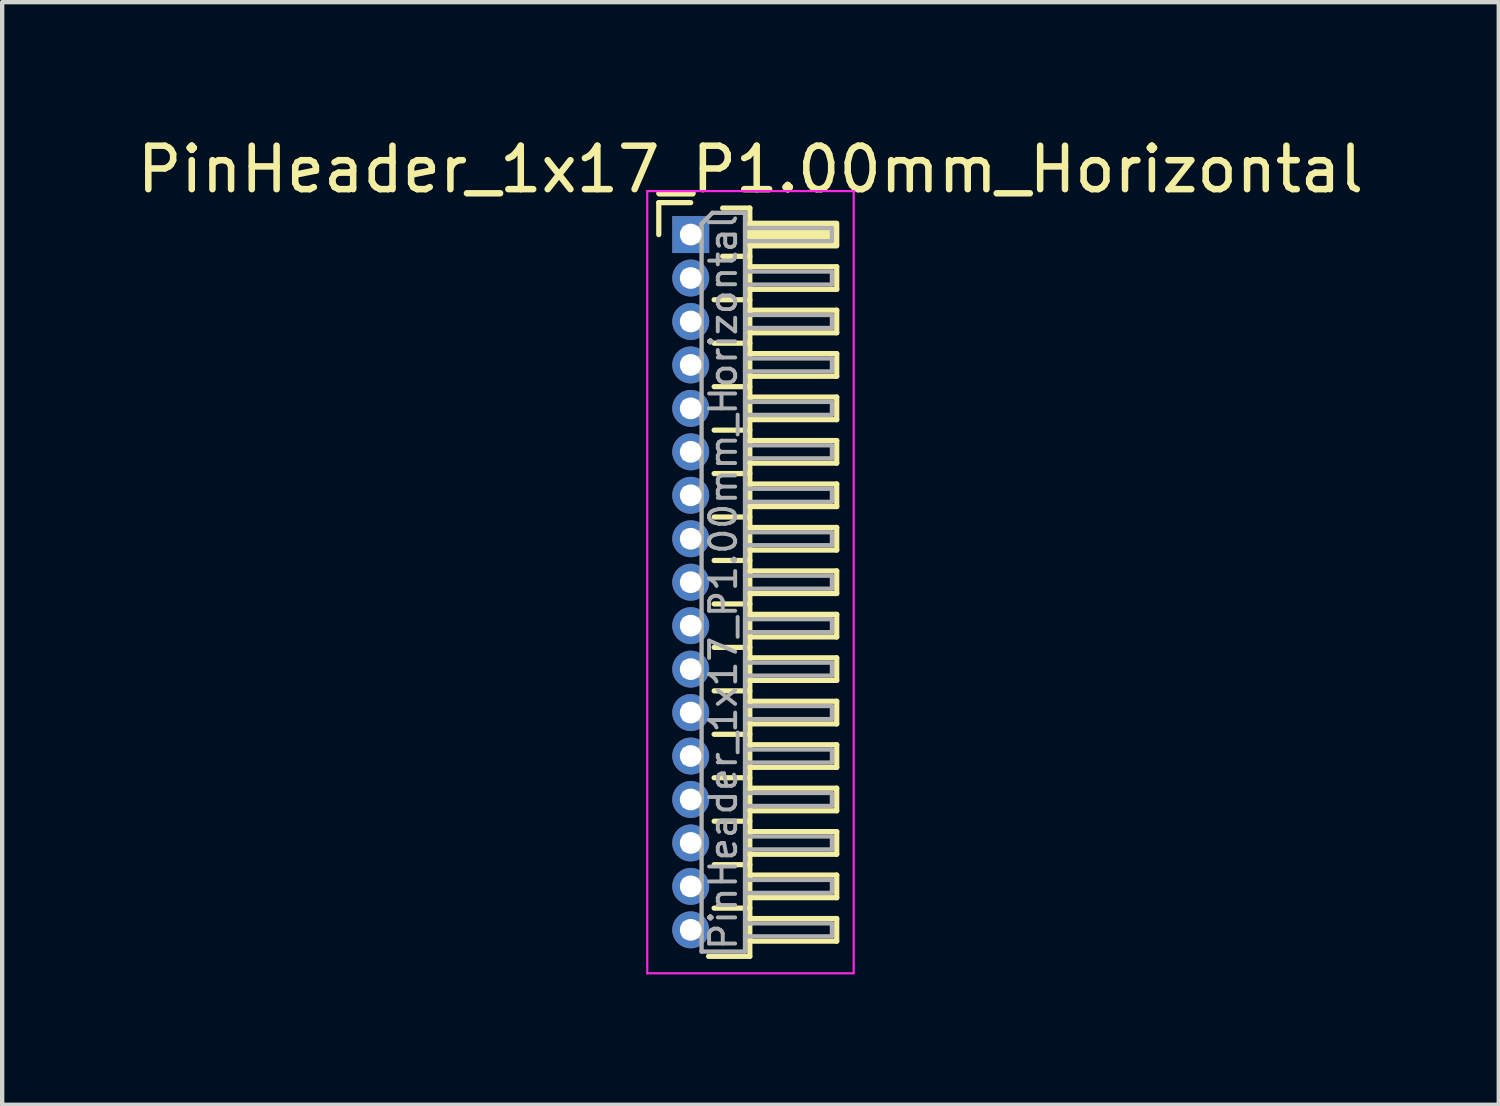
<source format=kicad_pcb>
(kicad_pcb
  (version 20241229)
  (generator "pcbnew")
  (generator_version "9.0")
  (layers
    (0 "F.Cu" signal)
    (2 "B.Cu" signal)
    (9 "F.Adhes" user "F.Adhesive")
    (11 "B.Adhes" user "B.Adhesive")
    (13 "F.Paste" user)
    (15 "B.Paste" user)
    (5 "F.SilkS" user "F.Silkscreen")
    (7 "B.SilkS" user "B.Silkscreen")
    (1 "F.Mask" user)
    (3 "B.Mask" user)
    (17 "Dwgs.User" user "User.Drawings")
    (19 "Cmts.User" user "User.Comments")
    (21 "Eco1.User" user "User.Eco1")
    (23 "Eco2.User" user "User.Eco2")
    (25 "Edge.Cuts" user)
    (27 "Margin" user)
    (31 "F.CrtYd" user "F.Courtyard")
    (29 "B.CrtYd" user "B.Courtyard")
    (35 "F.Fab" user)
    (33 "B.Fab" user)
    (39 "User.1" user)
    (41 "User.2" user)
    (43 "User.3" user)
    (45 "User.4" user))
  (footprint "PinHeader_1x17_P1.00mm_Horizontal"
    (layer "F.Cu")
    (at 12.845 2.348)
    (property "Reference" "PinHeader_1x17_P1.00mm_Horizontal" (at 1.375 -1.5 0) (layer "F.SilkS") (effects (font (size 1 1) (thickness 0.15))))
    (attr through_hole)
    (fp_line (start -0.735 -0.735) (end 0 -0.735) (stroke (width 0.12) (type solid)) (layer "F.SilkS"))
    (fp_line (start -0.735 0) (end -0.735 -0.735) (stroke (width 0.12) (type solid)) (layer "F.SilkS"))
    (fp_line (start 0.539 1.5) (end 1.36 1.5) (stroke (width 0.12) (type solid)) (layer "F.SilkS"))
    (fp_line (start 0.539 2.5) (end 1.36 2.5) (stroke (width 0.12) (type solid)) (layer "F.SilkS"))
    (fp_line (start 0.539 3.5) (end 1.36 3.5) (stroke (width 0.12) (type solid)) (layer "F.SilkS"))
    (fp_line (start 0.539 4.5) (end 1.36 4.5) (stroke (width 0.12) (type solid)) (layer "F.SilkS"))
    (fp_line (start 0.539 5.5) (end 1.36 5.5) (stroke (width 0.12) (type solid)) (layer "F.SilkS"))
    (fp_line (start 0.539 6.5) (end 1.36 6.5) (stroke (width 0.12) (type solid)) (layer "F.SilkS"))
    (fp_line (start 0.539 7.5) (end 1.36 7.5) (stroke (width 0.12) (type solid)) (layer "F.SilkS"))
    (fp_line (start 0.539 8.5) (end 1.36 8.5) (stroke (width 0.12) (type solid)) (layer "F.SilkS"))
    (fp_line (start 0.539 9.5) (end 1.36 9.5) (stroke (width 0.12) (type solid)) (layer "F.SilkS"))
    (fp_line (start 0.539 10.5) (end 1.36 10.5) (stroke (width 0.12) (type solid)) (layer "F.SilkS"))
    (fp_line (start 0.539 11.5) (end 1.36 11.5) (stroke (width 0.12) (type solid)) (layer "F.SilkS"))
    (fp_line (start 0.539 12.5) (end 1.36 12.5) (stroke (width 0.12) (type solid)) (layer "F.SilkS"))
    (fp_line (start 0.539 13.5) (end 1.36 13.5) (stroke (width 0.12) (type solid)) (layer "F.SilkS"))
    (fp_line (start 0.539 14.5) (end 1.36 14.5) (stroke (width 0.12) (type solid)) (layer "F.SilkS"))
    (fp_line (start 0.539 15.5) (end 1.36 15.5) (stroke (width 0.12) (type solid)) (layer "F.SilkS"))
    (fp_line (start 0.735 -0.61) (end 1.36 -0.61) (stroke (width 0.12) (type solid)) (layer "F.SilkS"))
    (fp_line (start 0.735 0.5) (end 1.36 0.5) (stroke (width 0.12) (type solid)) (layer "F.SilkS"))
    (fp_line (start 1.36 -0.61) (end 1.36 16.61) (stroke (width 0.12) (type solid)) (layer "F.SilkS"))
    (fp_line (start 1.36 0.74) (end 3.36 0.74) (stroke (width 0.12) (type solid)) (layer "F.SilkS"))
    (fp_line (start 1.36 1.74) (end 3.36 1.74) (stroke (width 0.12) (type solid)) (layer "F.SilkS"))
    (fp_line (start 1.36 2.74) (end 3.36 2.74) (stroke (width 0.12) (type solid)) (layer "F.SilkS"))
    (fp_line (start 1.36 3.74) (end 3.36 3.74) (stroke (width 0.12) (type solid)) (layer "F.SilkS"))
    (fp_line (start 1.36 4.74) (end 3.36 4.74) (stroke (width 0.12) (type solid)) (layer "F.SilkS"))
    (fp_line (start 1.36 5.74) (end 3.36 5.74) (stroke (width 0.12) (type solid)) (layer "F.SilkS"))
    (fp_line (start 1.36 6.74) (end 3.36 6.74) (stroke (width 0.12) (type solid)) (layer "F.SilkS"))
    (fp_line (start 1.36 7.74) (end 3.36 7.74) (stroke (width 0.12) (type solid)) (layer "F.SilkS"))
    (fp_line (start 1.36 8.74) (end 3.36 8.74) (stroke (width 0.12) (type solid)) (layer "F.SilkS"))
    (fp_line (start 1.36 9.74) (end 3.36 9.74) (stroke (width 0.12) (type solid)) (layer "F.SilkS"))
    (fp_line (start 1.36 10.74) (end 3.36 10.74) (stroke (width 0.12) (type solid)) (layer "F.SilkS"))
    (fp_line (start 1.36 11.74) (end 3.36 11.74) (stroke (width 0.12) (type solid)) (layer "F.SilkS"))
    (fp_line (start 1.36 12.74) (end 3.36 12.74) (stroke (width 0.12) (type solid)) (layer "F.SilkS"))
    (fp_line (start 1.36 13.74) (end 3.36 13.74) (stroke (width 0.12) (type solid)) (layer "F.SilkS"))
    (fp_line (start 1.36 14.74) (end 3.36 14.74) (stroke (width 0.12) (type solid)) (layer "F.SilkS"))
    (fp_line (start 1.36 15.74) (end 3.36 15.74) (stroke (width 0.12) (type solid)) (layer "F.SilkS"))
    (fp_line (start 1.36 16.61) (end 0.41 16.61) (stroke (width 0.12) (type solid)) (layer "F.SilkS"))
    (fp_line (start 3.36 0.74) (end 3.36 1.26) (stroke (width 0.12) (type solid)) (layer "F.SilkS"))
    (fp_line (start 3.36 1.26) (end 1.36 1.26) (stroke (width 0.12) (type solid)) (layer "F.SilkS"))
    (fp_line (start 3.36 1.74) (end 3.36 2.26) (stroke (width 0.12) (type solid)) (layer "F.SilkS"))
    (fp_line (start 3.36 2.26) (end 1.36 2.26) (stroke (width 0.12) (type solid)) (layer "F.SilkS"))
    (fp_line (start 3.36 2.74) (end 3.36 3.26) (stroke (width 0.12) (type solid)) (layer "F.SilkS"))
    (fp_line (start 3.36 3.26) (end 1.36 3.26) (stroke (width 0.12) (type solid)) (layer "F.SilkS"))
    (fp_line (start 3.36 3.74) (end 3.36 4.26) (stroke (width 0.12) (type solid)) (layer "F.SilkS"))
    (fp_line (start 3.36 4.26) (end 1.36 4.26) (stroke (width 0.12) (type solid)) (layer "F.SilkS"))
    (fp_line (start 3.36 4.74) (end 3.36 5.26) (stroke (width 0.12) (type solid)) (layer "F.SilkS"))
    (fp_line (start 3.36 5.26) (end 1.36 5.26) (stroke (width 0.12) (type solid)) (layer "F.SilkS"))
    (fp_line (start 3.36 5.74) (end 3.36 6.26) (stroke (width 0.12) (type solid)) (layer "F.SilkS"))
    (fp_line (start 3.36 6.26) (end 1.36 6.26) (stroke (width 0.12) (type solid)) (layer "F.SilkS"))
    (fp_line (start 3.36 6.74) (end 3.36 7.26) (stroke (width 0.12) (type solid)) (layer "F.SilkS"))
    (fp_line (start 3.36 7.26) (end 1.36 7.26) (stroke (width 0.12) (type solid)) (layer "F.SilkS"))
    (fp_line (start 3.36 7.74) (end 3.36 8.26) (stroke (width 0.12) (type solid)) (layer "F.SilkS"))
    (fp_line (start 3.36 8.26) (end 1.36 8.26) (stroke (width 0.12) (type solid)) (layer "F.SilkS"))
    (fp_line (start 3.36 8.74) (end 3.36 9.26) (stroke (width 0.12) (type solid)) (layer "F.SilkS"))
    (fp_line (start 3.36 9.26) (end 1.36 9.26) (stroke (width 0.12) (type solid)) (layer "F.SilkS"))
    (fp_line (start 3.36 9.74) (end 3.36 10.26) (stroke (width 0.12) (type solid)) (layer "F.SilkS"))
    (fp_line (start 3.36 10.26) (end 1.36 10.26) (stroke (width 0.12) (type solid)) (layer "F.SilkS"))
    (fp_line (start 3.36 10.74) (end 3.36 11.26) (stroke (width 0.12) (type solid)) (layer "F.SilkS"))
    (fp_line (start 3.36 11.26) (end 1.36 11.26) (stroke (width 0.12) (type solid)) (layer "F.SilkS"))
    (fp_line (start 3.36 11.74) (end 3.36 12.26) (stroke (width 0.12) (type solid)) (layer "F.SilkS"))
    (fp_line (start 3.36 12.26) (end 1.36 12.26) (stroke (width 0.12) (type solid)) (layer "F.SilkS"))
    (fp_line (start 3.36 12.74) (end 3.36 13.26) (stroke (width 0.12) (type solid)) (layer "F.SilkS"))
    (fp_line (start 3.36 13.26) (end 1.36 13.26) (stroke (width 0.12) (type solid)) (layer "F.SilkS"))
    (fp_line (start 3.36 13.74) (end 3.36 14.26) (stroke (width 0.12) (type solid)) (layer "F.SilkS"))
    (fp_line (start 3.36 14.26) (end 1.36 14.26) (stroke (width 0.12) (type solid)) (layer "F.SilkS"))
    (fp_line (start 3.36 14.74) (end 3.36 15.26) (stroke (width 0.12) (type solid)) (layer "F.SilkS"))
    (fp_line (start 3.36 15.26) (end 1.36 15.26) (stroke (width 0.12) (type solid)) (layer "F.SilkS"))
    (fp_line (start 3.36 15.74) (end 3.36 16.26) (stroke (width 0.12) (type solid)) (layer "F.SilkS"))
    (fp_line (start 3.36 16.26) (end 1.36 16.26) (stroke (width 0.12) (type solid)) (layer "F.SilkS"))
    (fp_rect (start 1.36 -0.26) (end 3.36 0.26) (stroke (width 0.12) (type solid)) (fill yes) (layer "F.SilkS"))
    (fp_line (start -1 -1) (end -1 17) (stroke (width 0.05) (type solid)) (layer "F.CrtYd"))
    (fp_line (start -1 17) (end 3.75 17) (stroke (width 0.05) (type solid)) (layer "F.CrtYd"))
    (fp_line (start 3.75 -1) (end -1 -1) (stroke (width 0.05) (type solid)) (layer "F.CrtYd"))
    (fp_line (start 3.75 17) (end 3.75 -1) (stroke (width 0.05) (type solid)) (layer "F.CrtYd"))
    (fp_line (start -0.15 -0.15) (end -0.15 0.15) (stroke (width 0.1) (type solid)) (layer "F.Fab"))
    (fp_line (start -0.15 -0.15) (end 0.25 -0.15) (stroke (width 0.1) (type solid)) (layer "F.Fab"))
    (fp_line (start -0.15 0.15) (end 0.25 0.15) (stroke (width 0.1) (type solid)) (layer "F.Fab"))
    (fp_line (start -0.15 0.85) (end -0.15 1.15) (stroke (width 0.1) (type solid)) (layer "F.Fab"))
    (fp_line (start -0.15 0.85) (end 0.25 0.85) (stroke (width 0.1) (type solid)) (layer "F.Fab"))
    (fp_line (start -0.15 1.15) (end 0.25 1.15) (stroke (width 0.1) (type solid)) (layer "F.Fab"))
    (fp_line (start -0.15 1.85) (end -0.15 2.15) (stroke (width 0.1) (type solid)) (layer "F.Fab"))
    (fp_line (start -0.15 1.85) (end 0.25 1.85) (stroke (width 0.1) (type solid)) (layer "F.Fab"))
    (fp_line (start -0.15 2.15) (end 0.25 2.15) (stroke (width 0.1) (type solid)) (layer "F.Fab"))
    (fp_line (start -0.15 2.85) (end -0.15 3.15) (stroke (width 0.1) (type solid)) (layer "F.Fab"))
    (fp_line (start -0.15 2.85) (end 0.25 2.85) (stroke (width 0.1) (type solid)) (layer "F.Fab"))
    (fp_line (start -0.15 3.15) (end 0.25 3.15) (stroke (width 0.1) (type solid)) (layer "F.Fab"))
    (fp_line (start -0.15 3.85) (end -0.15 4.15) (stroke (width 0.1) (type solid)) (layer "F.Fab"))
    (fp_line (start -0.15 3.85) (end 0.25 3.85) (stroke (width 0.1) (type solid)) (layer "F.Fab"))
    (fp_line (start -0.15 4.15) (end 0.25 4.15) (stroke (width 0.1) (type solid)) (layer "F.Fab"))
    (fp_line (start -0.15 4.85) (end -0.15 5.15) (stroke (width 0.1) (type solid)) (layer "F.Fab"))
    (fp_line (start -0.15 4.85) (end 0.25 4.85) (stroke (width 0.1) (type solid)) (layer "F.Fab"))
    (fp_line (start -0.15 5.15) (end 0.25 5.15) (stroke (width 0.1) (type solid)) (layer "F.Fab"))
    (fp_line (start -0.15 5.85) (end -0.15 6.15) (stroke (width 0.1) (type solid)) (layer "F.Fab"))
    (fp_line (start -0.15 5.85) (end 0.25 5.85) (stroke (width 0.1) (type solid)) (layer "F.Fab"))
    (fp_line (start -0.15 6.15) (end 0.25 6.15) (stroke (width 0.1) (type solid)) (layer "F.Fab"))
    (fp_line (start -0.15 6.85) (end -0.15 7.15) (stroke (width 0.1) (type solid)) (layer "F.Fab"))
    (fp_line (start -0.15 6.85) (end 0.25 6.85) (stroke (width 0.1) (type solid)) (layer "F.Fab"))
    (fp_line (start -0.15 7.15) (end 0.25 7.15) (stroke (width 0.1) (type solid)) (layer "F.Fab"))
    (fp_line (start -0.15 7.85) (end -0.15 8.15) (stroke (width 0.1) (type solid)) (layer "F.Fab"))
    (fp_line (start -0.15 7.85) (end 0.25 7.85) (stroke (width 0.1) (type solid)) (layer "F.Fab"))
    (fp_line (start -0.15 8.15) (end 0.25 8.15) (stroke (width 0.1) (type solid)) (layer "F.Fab"))
    (fp_line (start -0.15 8.85) (end -0.15 9.15) (stroke (width 0.1) (type solid)) (layer "F.Fab"))
    (fp_line (start -0.15 8.85) (end 0.25 8.85) (stroke (width 0.1) (type solid)) (layer "F.Fab"))
    (fp_line (start -0.15 9.15) (end 0.25 9.15) (stroke (width 0.1) (type solid)) (layer "F.Fab"))
    (fp_line (start -0.15 9.85) (end -0.15 10.15) (stroke (width 0.1) (type solid)) (layer "F.Fab"))
    (fp_line (start -0.15 9.85) (end 0.25 9.85) (stroke (width 0.1) (type solid)) (layer "F.Fab"))
    (fp_line (start -0.15 10.15) (end 0.25 10.15) (stroke (width 0.1) (type solid)) (layer "F.Fab"))
    (fp_line (start -0.15 10.85) (end -0.15 11.15) (stroke (width 0.1) (type solid)) (layer "F.Fab"))
    (fp_line (start -0.15 10.85) (end 0.25 10.85) (stroke (width 0.1) (type solid)) (layer "F.Fab"))
    (fp_line (start -0.15 11.15) (end 0.25 11.15) (stroke (width 0.1) (type solid)) (layer "F.Fab"))
    (fp_line (start -0.15 11.85) (end -0.15 12.15) (stroke (width 0.1) (type solid)) (layer "F.Fab"))
    (fp_line (start -0.15 11.85) (end 0.25 11.85) (stroke (width 0.1) (type solid)) (layer "F.Fab"))
    (fp_line (start -0.15 12.15) (end 0.25 12.15) (stroke (width 0.1) (type solid)) (layer "F.Fab"))
    (fp_line (start -0.15 12.85) (end -0.15 13.15) (stroke (width 0.1) (type solid)) (layer "F.Fab"))
    (fp_line (start -0.15 12.85) (end 0.25 12.85) (stroke (width 0.1) (type solid)) (layer "F.Fab"))
    (fp_line (start -0.15 13.15) (end 0.25 13.15) (stroke (width 0.1) (type solid)) (layer "F.Fab"))
    (fp_line (start -0.15 13.85) (end -0.15 14.15) (stroke (width 0.1) (type solid)) (layer "F.Fab"))
    (fp_line (start -0.15 13.85) (end 0.25 13.85) (stroke (width 0.1) (type solid)) (layer "F.Fab"))
    (fp_line (start -0.15 14.15) (end 0.25 14.15) (stroke (width 0.1) (type solid)) (layer "F.Fab"))
    (fp_line (start -0.15 14.85) (end -0.15 15.15) (stroke (width 0.1) (type solid)) (layer "F.Fab"))
    (fp_line (start -0.15 14.85) (end 0.25 14.85) (stroke (width 0.1) (type solid)) (layer "F.Fab"))
    (fp_line (start -0.15 15.15) (end 0.25 15.15) (stroke (width 0.1) (type solid)) (layer "F.Fab"))
    (fp_line (start -0.15 15.85) (end -0.15 16.15) (stroke (width 0.1) (type solid)) (layer "F.Fab"))
    (fp_line (start -0.15 15.85) (end 0.25 15.85) (stroke (width 0.1) (type solid)) (layer "F.Fab"))
    (fp_line (start -0.15 16.15) (end 0.25 16.15) (stroke (width 0.1) (type solid)) (layer "F.Fab"))
    (fp_line (start 0.25 -0.25) (end 0.5 -0.5) (stroke (width 0.1) (type solid)) (layer "F.Fab"))
    (fp_line (start 0.25 16.5) (end 0.25 -0.25) (stroke (width 0.1) (type solid)) (layer "F.Fab"))
    (fp_line (start 0.5 -0.5) (end 1.25 -0.5) (stroke (width 0.1) (type solid)) (layer "F.Fab"))
    (fp_line (start 1.25 -0.5) (end 1.25 16.5) (stroke (width 0.1) (type solid)) (layer "F.Fab"))
    (fp_line (start 1.25 -0.15) (end 3.25 -0.15) (stroke (width 0.1) (type solid)) (layer "F.Fab"))
    (fp_line (start 1.25 0.15) (end 3.25 0.15) (stroke (width 0.1) (type solid)) (layer "F.Fab"))
    (fp_line (start 1.25 0.85) (end 3.25 0.85) (stroke (width 0.1) (type solid)) (layer "F.Fab"))
    (fp_line (start 1.25 1.15) (end 3.25 1.15) (stroke (width 0.1) (type solid)) (layer "F.Fab"))
    (fp_line (start 1.25 1.85) (end 3.25 1.85) (stroke (width 0.1) (type solid)) (layer "F.Fab"))
    (fp_line (start 1.25 2.15) (end 3.25 2.15) (stroke (width 0.1) (type solid)) (layer "F.Fab"))
    (fp_line (start 1.25 2.85) (end 3.25 2.85) (stroke (width 0.1) (type solid)) (layer "F.Fab"))
    (fp_line (start 1.25 3.15) (end 3.25 3.15) (stroke (width 0.1) (type solid)) (layer "F.Fab"))
    (fp_line (start 1.25 3.85) (end 3.25 3.85) (stroke (width 0.1) (type solid)) (layer "F.Fab"))
    (fp_line (start 1.25 4.15) (end 3.25 4.15) (stroke (width 0.1) (type solid)) (layer "F.Fab"))
    (fp_line (start 1.25 4.85) (end 3.25 4.85) (stroke (width 0.1) (type solid)) (layer "F.Fab"))
    (fp_line (start 1.25 5.15) (end 3.25 5.15) (stroke (width 0.1) (type solid)) (layer "F.Fab"))
    (fp_line (start 1.25 5.85) (end 3.25 5.85) (stroke (width 0.1) (type solid)) (layer "F.Fab"))
    (fp_line (start 1.25 6.15) (end 3.25 6.15) (stroke (width 0.1) (type solid)) (layer "F.Fab"))
    (fp_line (start 1.25 6.85) (end 3.25 6.85) (stroke (width 0.1) (type solid)) (layer "F.Fab"))
    (fp_line (start 1.25 7.15) (end 3.25 7.15) (stroke (width 0.1) (type solid)) (layer "F.Fab"))
    (fp_line (start 1.25 7.85) (end 3.25 7.85) (stroke (width 0.1) (type solid)) (layer "F.Fab"))
    (fp_line (start 1.25 8.15) (end 3.25 8.15) (stroke (width 0.1) (type solid)) (layer "F.Fab"))
    (fp_line (start 1.25 8.85) (end 3.25 8.85) (stroke (width 0.1) (type solid)) (layer "F.Fab"))
    (fp_line (start 1.25 9.15) (end 3.25 9.15) (stroke (width 0.1) (type solid)) (layer "F.Fab"))
    (fp_line (start 1.25 9.85) (end 3.25 9.85) (stroke (width 0.1) (type solid)) (layer "F.Fab"))
    (fp_line (start 1.25 10.15) (end 3.25 10.15) (stroke (width 0.1) (type solid)) (layer "F.Fab"))
    (fp_line (start 1.25 10.85) (end 3.25 10.85) (stroke (width 0.1) (type solid)) (layer "F.Fab"))
    (fp_line (start 1.25 11.15) (end 3.25 11.15) (stroke (width 0.1) (type solid)) (layer "F.Fab"))
    (fp_line (start 1.25 11.85) (end 3.25 11.85) (stroke (width 0.1) (type solid)) (layer "F.Fab"))
    (fp_line (start 1.25 12.15) (end 3.25 12.15) (stroke (width 0.1) (type solid)) (layer "F.Fab"))
    (fp_line (start 1.25 12.85) (end 3.25 12.85) (stroke (width 0.1) (type solid)) (layer "F.Fab"))
    (fp_line (start 1.25 13.15) (end 3.25 13.15) (stroke (width 0.1) (type solid)) (layer "F.Fab"))
    (fp_line (start 1.25 13.85) (end 3.25 13.85) (stroke (width 0.1) (type solid)) (layer "F.Fab"))
    (fp_line (start 1.25 14.15) (end 3.25 14.15) (stroke (width 0.1) (type solid)) (layer "F.Fab"))
    (fp_line (start 1.25 14.85) (end 3.25 14.85) (stroke (width 0.1) (type solid)) (layer "F.Fab"))
    (fp_line (start 1.25 15.15) (end 3.25 15.15) (stroke (width 0.1) (type solid)) (layer "F.Fab"))
    (fp_line (start 1.25 15.85) (end 3.25 15.85) (stroke (width 0.1) (type solid)) (layer "F.Fab"))
    (fp_line (start 1.25 16.15) (end 3.25 16.15) (stroke (width 0.1) (type solid)) (layer "F.Fab"))
    (fp_line (start 1.25 16.5) (end 0.25 16.5) (stroke (width 0.1) (type solid)) (layer "F.Fab"))
    (fp_line (start 3.25 -0.15) (end 3.25 0.15) (stroke (width 0.1) (type solid)) (layer "F.Fab"))
    (fp_line (start 3.25 0.85) (end 3.25 1.15) (stroke (width 0.1) (type solid)) (layer "F.Fab"))
    (fp_line (start 3.25 1.85) (end 3.25 2.15) (stroke (width 0.1) (type solid)) (layer "F.Fab"))
    (fp_line (start 3.25 2.85) (end 3.25 3.15) (stroke (width 0.1) (type solid)) (layer "F.Fab"))
    (fp_line (start 3.25 3.85) (end 3.25 4.15) (stroke (width 0.1) (type solid)) (layer "F.Fab"))
    (fp_line (start 3.25 4.85) (end 3.25 5.15) (stroke (width 0.1) (type solid)) (layer "F.Fab"))
    (fp_line (start 3.25 5.85) (end 3.25 6.15) (stroke (width 0.1) (type solid)) (layer "F.Fab"))
    (fp_line (start 3.25 6.85) (end 3.25 7.15) (stroke (width 0.1) (type solid)) (layer "F.Fab"))
    (fp_line (start 3.25 7.85) (end 3.25 8.15) (stroke (width 0.1) (type solid)) (layer "F.Fab"))
    (fp_line (start 3.25 8.85) (end 3.25 9.15) (stroke (width 0.1) (type solid)) (layer "F.Fab"))
    (fp_line (start 3.25 9.85) (end 3.25 10.15) (stroke (width 0.1) (type solid)) (layer "F.Fab"))
    (fp_line (start 3.25 10.85) (end 3.25 11.15) (stroke (width 0.1) (type solid)) (layer "F.Fab"))
    (fp_line (start 3.25 11.85) (end 3.25 12.15) (stroke (width 0.1) (type solid)) (layer "F.Fab"))
    (fp_line (start 3.25 12.85) (end 3.25 13.15) (stroke (width 0.1) (type solid)) (layer "F.Fab"))
    (fp_line (start 3.25 13.85) (end 3.25 14.15) (stroke (width 0.1) (type solid)) (layer "F.Fab"))
    (fp_line (start 3.25 14.85) (end 3.25 15.15) (stroke (width 0.1) (type solid)) (layer "F.Fab"))
    (fp_line (start 3.25 15.85) (end 3.25 16.15) (stroke (width 0.1) (type solid)) (layer "F.Fab"))
    (fp_text user "${REFERENCE}" (at 0.75 8 90) (layer "F.Fab") (effects (font (size 0.6 0.6) (thickness 0.09))))
    (pad "1" thru_hole rect (at 0 0) (size 0.85 0.85) (drill 0.5) (layers "*.Cu" "*.Mask"))
    (pad "2" thru_hole circle (at 0 1) (size 0.85 0.85) (drill 0.5) (layers "*.Cu" "*.Mask"))
    (pad "3" thru_hole circle (at 0 2) (size 0.85 0.85) (drill 0.5) (layers "*.Cu" "*.Mask"))
    (pad "4" thru_hole circle (at 0 3) (size 0.85 0.85) (drill 0.5) (layers "*.Cu" "*.Mask"))
    (pad "5" thru_hole circle (at 0 4) (size 0.85 0.85) (drill 0.5) (layers "*.Cu" "*.Mask"))
    (pad "6" thru_hole circle (at 0 5) (size 0.85 0.85) (drill 0.5) (layers "*.Cu" "*.Mask"))
    (pad "7" thru_hole circle (at 0 6) (size 0.85 0.85) (drill 0.5) (layers "*.Cu" "*.Mask"))
    (pad "8" thru_hole circle (at 0 7) (size 0.85 0.85) (drill 0.5) (layers "*.Cu" "*.Mask"))
    (pad "9" thru_hole circle (at 0 8) (size 0.85 0.85) (drill 0.5) (layers "*.Cu" "*.Mask"))
    (pad "10" thru_hole circle (at 0 9) (size 0.85 0.85) (drill 0.5) (layers "*.Cu" "*.Mask"))
    (pad "11" thru_hole circle (at 0 10) (size 0.85 0.85) (drill 0.5) (layers "*.Cu" "*.Mask"))
    (pad "12" thru_hole circle (at 0 11) (size 0.85 0.85) (drill 0.5) (layers "*.Cu" "*.Mask"))
    (pad "13" thru_hole circle (at 0 12) (size 0.85 0.85) (drill 0.5) (layers "*.Cu" "*.Mask"))
    (pad "14" thru_hole circle (at 0 13) (size 0.85 0.85) (drill 0.5) (layers "*.Cu" "*.Mask"))
    (pad "15" thru_hole circle (at 0 14) (size 0.85 0.85) (drill 0.5) (layers "*.Cu" "*.Mask"))
    (pad "16" thru_hole circle (at 0 15) (size 0.85 0.85) (drill 0.5) (layers "*.Cu" "*.Mask"))
    (pad "17" thru_hole circle (at 0 16) (size 0.85 0.85) (drill 0.5) (layers "*.Cu" "*.Mask")))
  (gr_rect
    (start -3 -3)
    (end 31.44 22.373)
    (stroke (width 0.1) (type default))
    (fill no)
    (layer "Edge.Cuts")))
</source>
